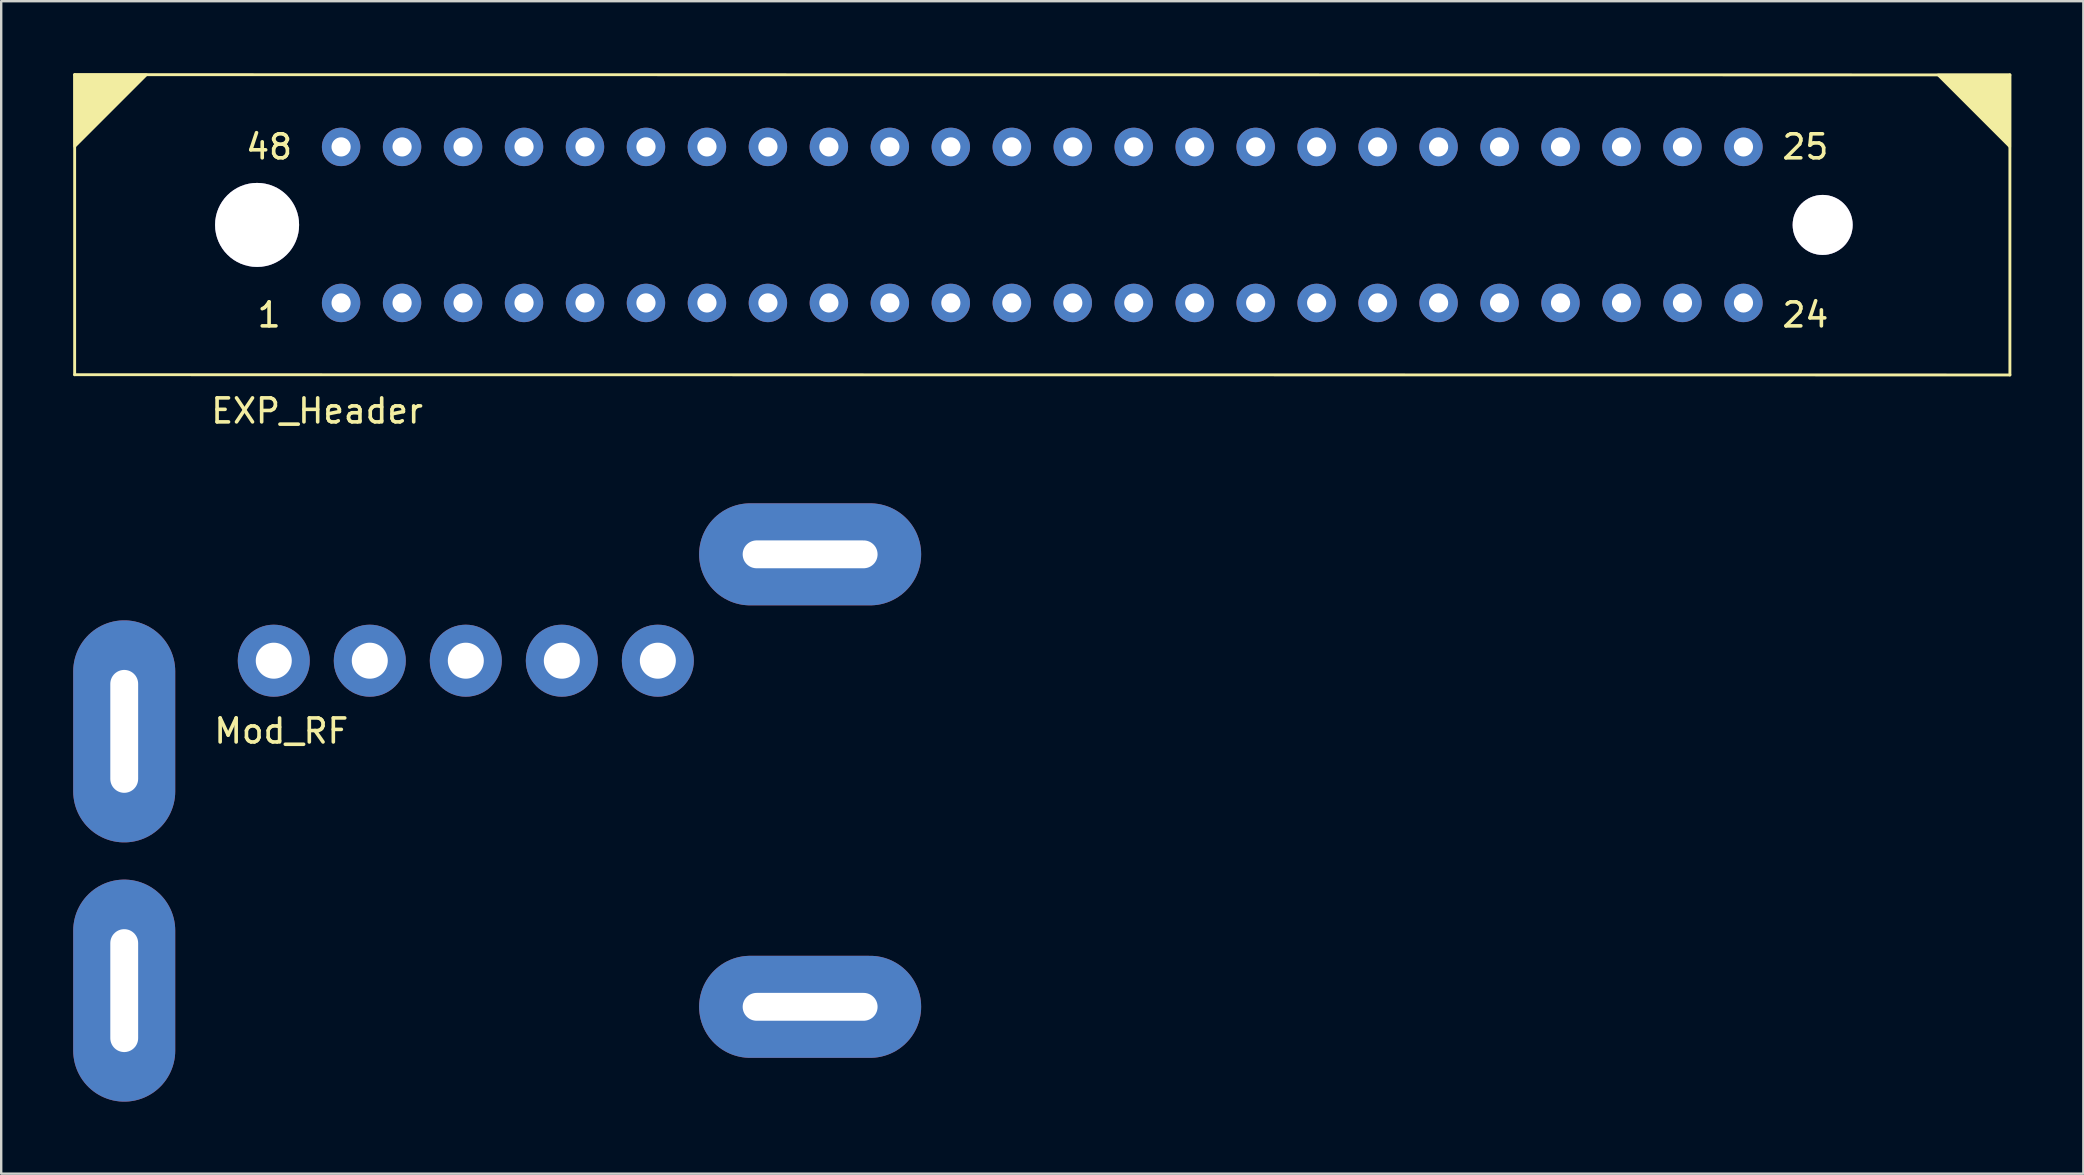
<source format=kicad_pcb>
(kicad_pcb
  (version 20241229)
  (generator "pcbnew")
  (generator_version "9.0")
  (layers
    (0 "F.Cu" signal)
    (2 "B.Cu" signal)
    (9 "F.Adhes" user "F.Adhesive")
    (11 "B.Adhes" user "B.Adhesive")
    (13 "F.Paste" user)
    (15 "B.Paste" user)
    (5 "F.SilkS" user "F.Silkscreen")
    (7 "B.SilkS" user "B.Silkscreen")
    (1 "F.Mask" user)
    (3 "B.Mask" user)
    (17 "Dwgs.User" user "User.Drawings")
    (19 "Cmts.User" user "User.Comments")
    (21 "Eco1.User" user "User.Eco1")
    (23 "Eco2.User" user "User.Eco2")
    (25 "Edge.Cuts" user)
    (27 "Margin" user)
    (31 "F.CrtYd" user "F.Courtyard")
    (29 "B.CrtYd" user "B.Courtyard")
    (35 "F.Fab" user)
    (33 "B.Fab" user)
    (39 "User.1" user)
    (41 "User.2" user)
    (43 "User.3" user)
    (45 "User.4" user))
  (footprint "EXP_Header"
    (layer "F.Cu")
    (at 11.16 3.07)
    (property "Reference" "EXP_Header" (at -1 11 0) (layer "F.SilkS") (effects (font (size 1 1) (thickness 0.15))))
    (attr through_hole)
    (fp_line (start -11.1 -3.01) (end 69.52 -3) (stroke (width 0.12) (type solid)) (layer "F.SilkS"))
    (fp_line (start -11.1 9.49) (end -11.1 -3.01) (stroke (width 0.12) (type solid)) (layer "F.SilkS"))
    (fp_line (start 69.52 9.5) (end -11.1 9.49) (stroke (width 0.12) (type solid)) (layer "F.SilkS"))
    (fp_line (start 69.52 9.5) (end 69.52 -3) (stroke (width 0.12) (type solid)) (layer "F.SilkS"))
    (fp_poly (pts (xy -11.1 -3.01) (xy -11.1 -0.01) (xy -8.1 -3.01)) (stroke (width 0.1) (type solid)) (fill yes) (layer "F.SilkS"))
    (fp_poly (pts (xy 69.52 -3) (xy 66.52 -3) (xy 69.52 0)) (stroke (width 0.1) (type solid)) (fill yes) (layer "F.SilkS"))
    (fp_text user "24" (at 61 7 0) (layer "F.SilkS") (effects (font (size 1 1) (thickness 0.15))))
    (fp_text user "48" (at -3 0 0) (layer "F.SilkS") (effects (font (size 1 1) (thickness 0.15))))
    (fp_text user "1" (at -3 7 0) (layer "F.SilkS") (effects (font (size 1 1) (thickness 0.15))))
    (fp_text user "25" (at 61 0 0) (layer "F.SilkS") (effects (font (size 1 1) (thickness 0.15))))
    (pad "" thru_hole circle (at -3.5 3.25) (size 3.5 3.5) (drill 3.5) (layers "*.Cu" "*.Mask"))
    (pad "" thru_hole circle (at 61.72 3.25) (size 2.5 2.5) (drill 2.5) (layers "*.Cu" "*.Mask"))
    (pad "1" thru_hole circle (at 0 6.5) (size 1.6 1.6) (drill 0.8) (layers "*.Cu" "*.Mask"))
    (pad "2" thru_hole circle (at 2.54 6.5) (size 1.6 1.6) (drill 0.8) (layers "*.Cu" "*.Mask"))
    (pad "3" thru_hole circle (at 5.08 6.5) (size 1.6 1.6) (drill 0.8) (layers "*.Cu" "*.Mask"))
    (pad "4" thru_hole circle (at 7.62 6.5) (size 1.6 1.6) (drill 0.8) (layers "*.Cu" "*.Mask"))
    (pad "5" thru_hole circle (at 10.16 6.5) (size 1.6 1.6) (drill 0.8) (layers "*.Cu" "*.Mask"))
    (pad "6" thru_hole circle (at 12.7 6.5) (size 1.6 1.6) (drill 0.8) (layers "*.Cu" "*.Mask"))
    (pad "7" thru_hole circle (at 15.24 6.5) (size 1.6 1.6) (drill 0.8) (layers "*.Cu" "*.Mask"))
    (pad "8" thru_hole circle (at 17.78 6.5) (size 1.6 1.6) (drill 0.8) (layers "*.Cu" "*.Mask"))
    (pad "9" thru_hole circle (at 20.32 6.5) (size 1.6 1.6) (drill 0.8) (layers "*.Cu" "*.Mask"))
    (pad "10" thru_hole circle (at 22.86 6.5) (size 1.6 1.6) (drill 0.8) (layers "*.Cu" "*.Mask"))
    (pad "11" thru_hole circle (at 25.4 6.5) (size 1.6 1.6) (drill 0.8) (layers "*.Cu" "*.Mask"))
    (pad "12" thru_hole circle (at 27.94 6.5) (size 1.6 1.6) (drill 0.8) (layers "*.Cu" "*.Mask"))
    (pad "13" thru_hole circle (at 30.48 6.5) (size 1.6 1.6) (drill 0.8) (layers "*.Cu" "*.Mask"))
    (pad "14" thru_hole circle (at 33.02 6.5) (size 1.6 1.6) (drill 0.8) (layers "*.Cu" "*.Mask"))
    (pad "15" thru_hole circle (at 35.56 6.5) (size 1.6 1.6) (drill 0.8) (layers "*.Cu" "*.Mask"))
    (pad "16" thru_hole circle (at 38.1 6.5) (size 1.6 1.6) (drill 0.8) (layers "*.Cu" "*.Mask"))
    (pad "17" thru_hole circle (at 40.64 6.5) (size 1.6 1.6) (drill 0.8) (layers "*.Cu" "*.Mask"))
    (pad "18" thru_hole circle (at 43.18 6.5) (size 1.6 1.6) (drill 0.8) (layers "*.Cu" "*.Mask"))
    (pad "19" thru_hole circle (at 45.72 6.5) (size 1.6 1.6) (drill 0.8) (layers "*.Cu" "*.Mask"))
    (pad "20" thru_hole circle (at 48.26 6.5) (size 1.6 1.6) (drill 0.8) (layers "*.Cu" "*.Mask"))
    (pad "21" thru_hole circle (at 50.8 6.5) (size 1.6 1.6) (drill 0.8) (layers "*.Cu" "*.Mask"))
    (pad "22" thru_hole circle (at 53.34 6.5) (size 1.6 1.6) (drill 0.8) (layers "*.Cu" "*.Mask"))
    (pad "23" thru_hole circle (at 55.88 6.5) (size 1.6 1.6) (drill 0.8) (layers "*.Cu" "*.Mask"))
    (pad "24" thru_hole circle (at 58.42 6.5) (size 1.6 1.6) (drill 0.8) (layers "*.Cu" "*.Mask"))
    (pad "25" thru_hole circle (at 58.42 0) (size 1.6 1.6) (drill 0.8) (layers "*.Cu" "*.Mask"))
    (pad "26" thru_hole circle (at 55.88 0) (size 1.6 1.6) (drill 0.8) (layers "*.Cu" "*.Mask"))
    (pad "27" thru_hole circle (at 53.34 0) (size 1.6 1.6) (drill 0.8) (layers "*.Cu" "*.Mask"))
    (pad "28" thru_hole circle (at 50.8 0) (size 1.6 1.6) (drill 0.8) (layers "*.Cu" "*.Mask"))
    (pad "29" thru_hole circle (at 48.26 0) (size 1.6 1.6) (drill 0.8) (layers "*.Cu" "*.Mask"))
    (pad "30" thru_hole circle (at 45.72 0) (size 1.6 1.6) (drill 0.8) (layers "*.Cu" "*.Mask"))
    (pad "31" thru_hole circle (at 43.18 0) (size 1.6 1.6) (drill 0.8) (layers "*.Cu" "*.Mask"))
    (pad "32" thru_hole circle (at 40.64 0) (size 1.6 1.6) (drill 0.8) (layers "*.Cu" "*.Mask"))
    (pad "33" thru_hole circle (at 38.1 0) (size 1.6 1.6) (drill 0.8) (layers "*.Cu" "*.Mask"))
    (pad "34" thru_hole circle (at 35.56 0) (size 1.6 1.6) (drill 0.8) (layers "*.Cu" "*.Mask"))
    (pad "35" thru_hole circle (at 33.02 0) (size 1.6 1.6) (drill 0.8) (layers "*.Cu" "*.Mask"))
    (pad "36" thru_hole circle (at 30.48 0) (size 1.6 1.6) (drill 0.8) (layers "*.Cu" "*.Mask"))
    (pad "37" thru_hole circle (at 27.94 0) (size 1.6 1.6) (drill 0.8) (layers "*.Cu" "*.Mask"))
    (pad "38" thru_hole circle (at 25.4 0) (size 1.6 1.6) (drill 0.8) (layers "*.Cu" "*.Mask"))
    (pad "39" thru_hole circle (at 22.86 0) (size 1.6 1.6) (drill 0.8) (layers "*.Cu" "*.Mask"))
    (pad "40" thru_hole circle (at 20.32 0) (size 1.6 1.6) (drill 0.8) (layers "*.Cu" "*.Mask"))
    (pad "41" thru_hole circle (at 17.78 0) (size 1.6 1.6) (drill 0.8) (layers "*.Cu" "*.Mask"))
    (pad "42" thru_hole circle (at 15.24 0) (size 1.6 1.6) (drill 0.8) (layers "*.Cu" "*.Mask"))
    (pad "43" thru_hole circle (at 12.7 0) (size 1.6 1.6) (drill 0.8) (layers "*.Cu" "*.Mask"))
    (pad "44" thru_hole circle (at 10.16 0) (size 1.6 1.6) (drill 0.8) (layers "*.Cu" "*.Mask"))
    (pad "45" thru_hole circle (at 7.62 0) (size 1.6 1.6) (drill 0.8) (layers "*.Cu" "*.Mask"))
    (pad "46" thru_hole circle (at 5.08 0) (size 1.6 1.6) (drill 0.8) (layers "*.Cu" "*.Mask"))
    (pad "47" thru_hole circle (at 2.54 0) (size 1.6 1.6) (drill 0.8) (layers "*.Cu" "*.Mask"))
    (pad "48" thru_hole circle (at 0 0) (size 1.6 1.6) (drill 0.8) (layers "*.Cu" "*.Mask")))
  (footprint "Mod_RF"
    (layer "F.Cu")
    (at 8.355 22.318)
    (property "Reference" "Mod_RF" (at 0.314 5.086 0) (layer "F.SilkS") (effects (font (size 1 1) (thickness 0.15))))
    (attr through_hole)
    (pad "1" thru_hole circle (at 0 2.156) (size 3 3) (drill 1.5) (layers "*.Cu" "*.Mask"))
    (pad "2" thru_hole circle (at 4 2.156) (size 3 3) (drill 1.5) (layers "*.Cu" "*.Mask"))
    (pad "3" thru_hole circle (at 8 2.156) (size 3 3) (drill 1.5) (layers "*.Cu" "*.Mask"))
    (pad "4" thru_hole circle (at 12 2.156) (size 3 3) (drill 1.5) (layers "*.Cu" "*.Mask"))
    (pad "5" thru_hole circle (at 16 2.156) (size 3 3) (drill 1.5) (layers "*.Cu" "*.Mask"))
    (pad "6" thru_hole oval (at -6.23 5.1) (size 4.25 9.25) (drill oval 1.16 5.12) (layers "*.Cu" "*.Mask"))
    (pad "6" thru_hole oval (at -6.23 15.9) (size 4.25 9.25) (drill oval 1.16 5.12) (layers "*.Cu" "*.Mask"))
    (pad "6" thru_hole oval (at 22.344 -2.275 90) (size 4.25 9.25) (drill oval 1.16 5.62) (layers "*.Cu" "*.Mask"))
    (pad "6" thru_hole oval (at 22.344 16.575 90) (size 4.25 9.25) (drill oval 1.16 5.62) (layers "*.Cu" "*.Mask")))
  (gr_rect
    (start -3 -3)
    (end 83.74 45.843)
    (stroke (width 0.1) (type default))
    (fill no)
    (layer "Edge.Cuts")))
</source>
